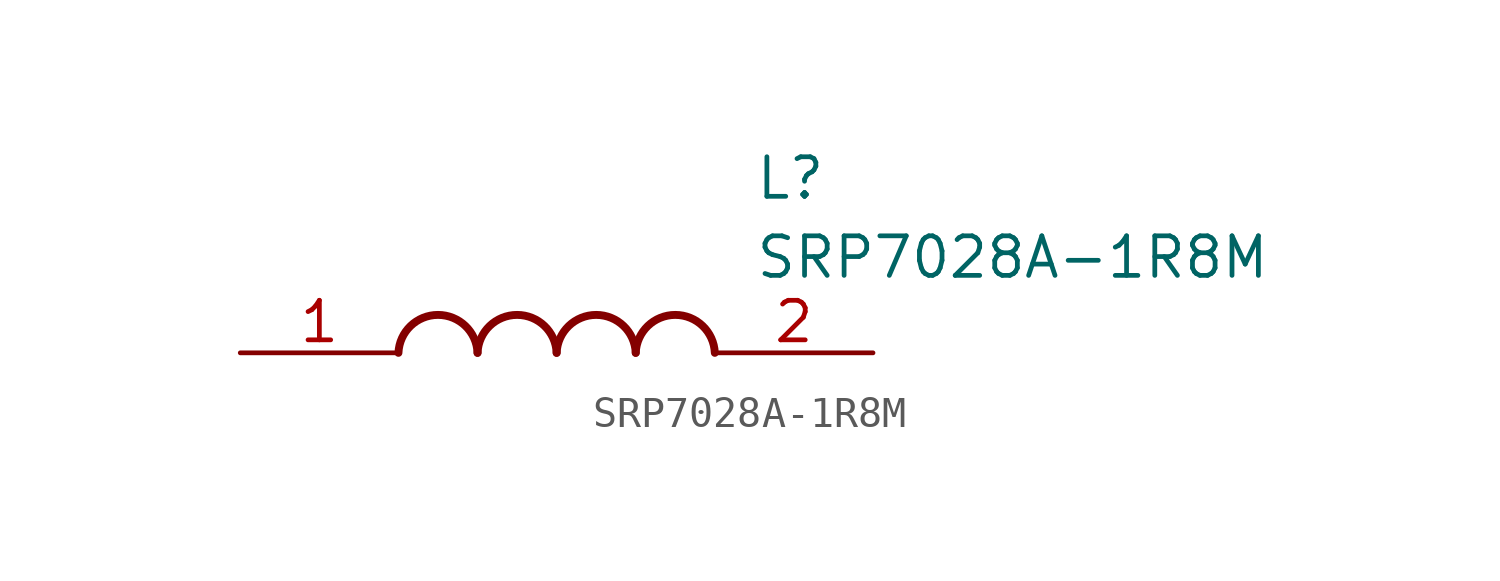
<source format=kicad_sym>
(kicad_symbol_lib
  (version 20211014)
  (generator SamacSys_ECAD_Model)
  (symbol "SRP7028A-1R8M"
    (pin_names hide)
    (property "Reference" "L"
      (at 16.51 6.35 0)
      (effects (font (size 1.27 1.27)) (justify left top)))
    (property "Value" "SRP7028A-1R8M"
      (at 16.51 3.81 0)
      (effects (font (size 1.27 1.27)) (justify left top)))
    (arc
      (start 7.62 0)
      (mid 6.35 1.219)
      (end 5.08 0)
      (stroke (width 0.254) (type default))
      (fill (type none)))
    (arc
      (start 10.16 0)
      (mid 8.89 1.219)
      (end 7.62 0)
      (stroke (width 0.254) (type default))
      (fill (type none)))
    (arc
      (start 12.7 0)
      (mid 11.43 1.219)
      (end 10.16 0)
      (stroke (width 0.254) (type default))
      (fill (type none)))
    (arc
      (start 15.24 0)
      (mid 13.97 1.219)
      (end 12.7 0)
      (stroke (width 0.254) (type default))
      (fill (type none)))
    (pin passive line
      (at 0 0 0)
      (length 5.08)
      (name "1" (effects (font (size 1.27 1.27))))
      (number "1" (effects (font (size 1.27 1.27)))))
    (pin passive line
      (at 20.32 0 180)
      (length 5.08)
      (name "2" (effects (font (size 1.27 1.27))))
      (number "2" (effects (font (size 1.27 1.27)))))))
</source>
